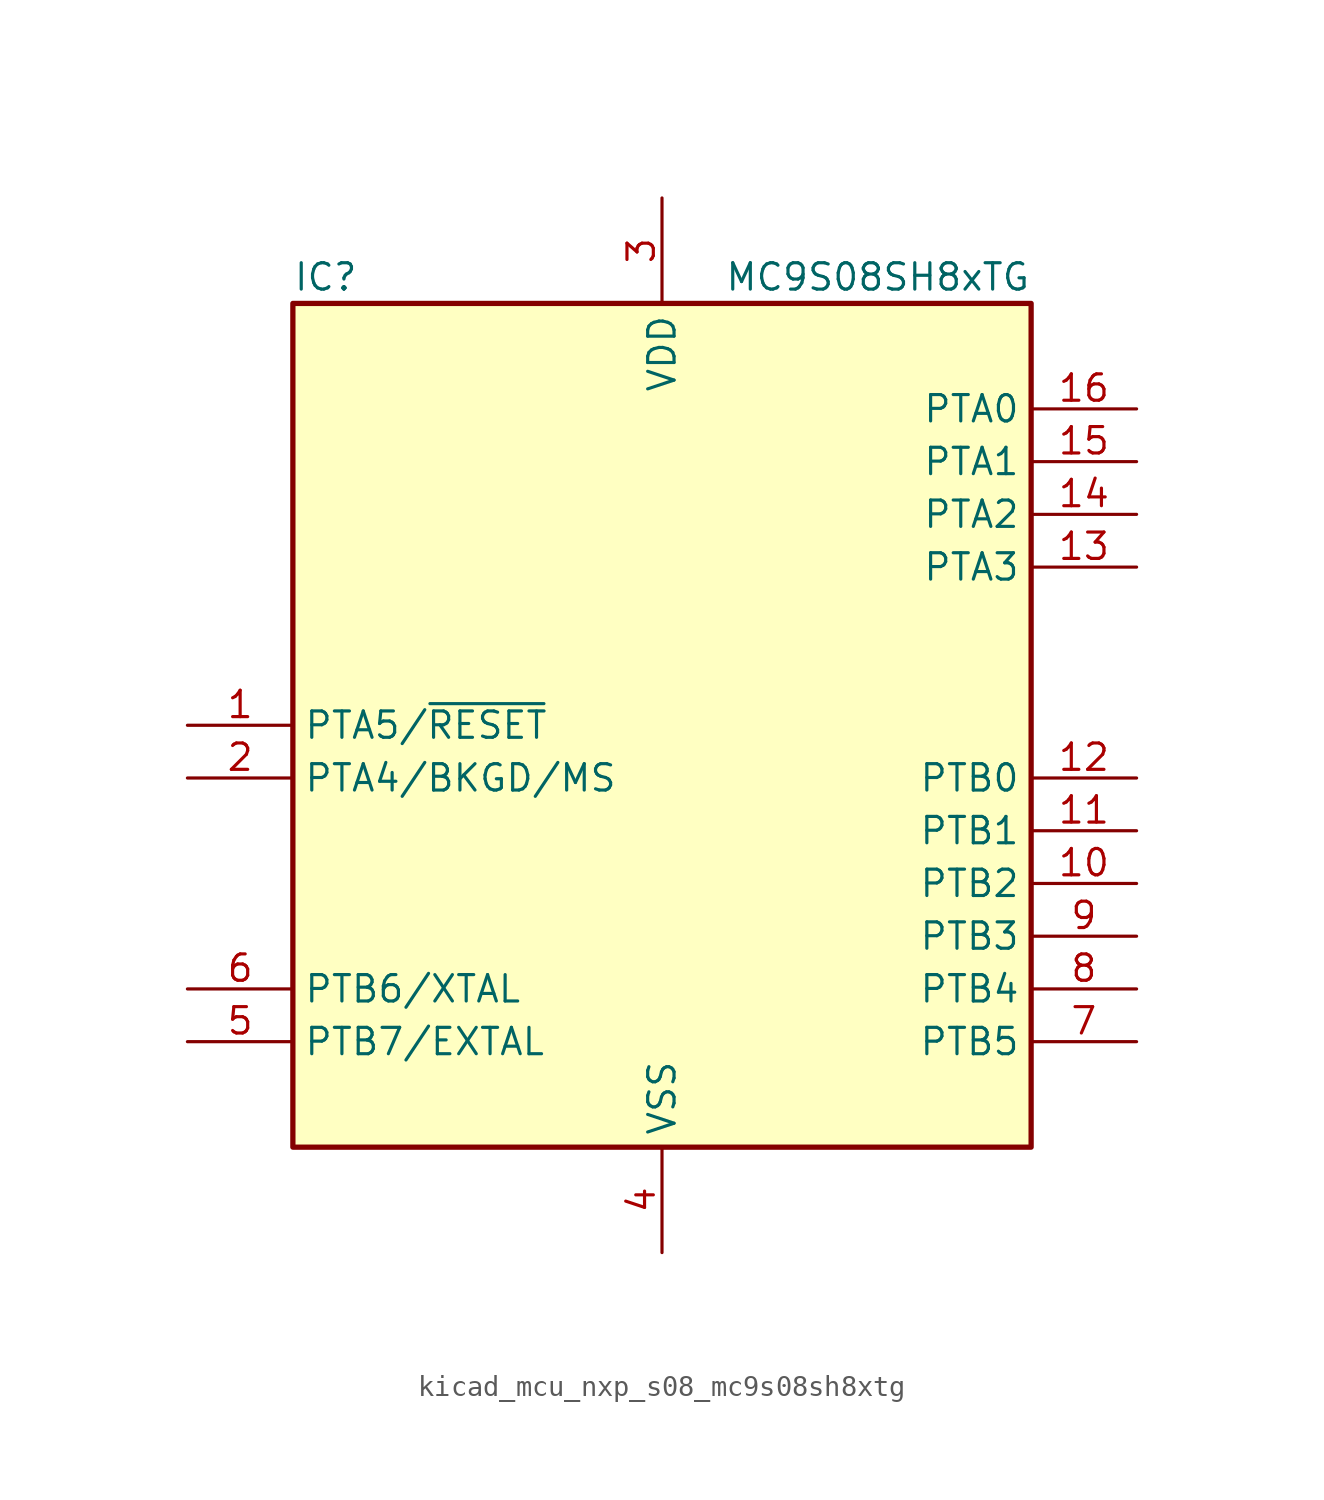
<source format=kicad_sym>
(kicad_symbol_lib
  (version 20220914)
  (generator kicad_symbol_editor)
  (symbol "kicad_mcu_nxp_s08_mc9s08sh8xtg"
    (property "Reference" "IC"
      (at -17.78 21.59 0)
      (effects (font (size 1.27 1.27)) (justify left)))
    (property "Value" "MC9S08SH8xTG"
      (at 17.78 21.59 0)
      (effects (font (size 1.27 1.27)) (justify right)))
    (symbol "kicad_mcu_nxp_s08_mc9s08sh8xtg_0_1"
      (rectangle (start -17.78 20.32) (end 17.78 -20.32) (stroke (width 0.254) (type default)) (fill (type background))))
    (symbol "kicad_mcu_nxp_s08_mc9s08sh8xtg_1_1"
      (pin bidirectional line (at -22.86 0 0) (length 5.08) (name "PTA5/~{RESET}" (effects (font (size 1.27 1.27)))) (number "1" (effects (font (size 1.27 1.27)))))
      (pin bidirectional line (at 22.86 -7.62 180) (length 5.08) (name "PTB2" (effects (font (size 1.27 1.27)))) (number "10" (effects (font (size 1.27 1.27)))))
      (pin bidirectional line (at 22.86 -5.08 180) (length 5.08) (name "PTB1" (effects (font (size 1.27 1.27)))) (number "11" (effects (font (size 1.27 1.27)))))
      (pin bidirectional line (at 22.86 -2.54 180) (length 5.08) (name "PTB0" (effects (font (size 1.27 1.27)))) (number "12" (effects (font (size 1.27 1.27)))))
      (pin bidirectional line (at 22.86 7.62 180) (length 5.08) (name "PTA3" (effects (font (size 1.27 1.27)))) (number "13" (effects (font (size 1.27 1.27)))))
      (pin bidirectional line (at 22.86 10.16 180) (length 5.08) (name "PTA2" (effects (font (size 1.27 1.27)))) (number "14" (effects (font (size 1.27 1.27)))))
      (pin bidirectional line (at 22.86 12.7 180) (length 5.08) (name "PTA1" (effects (font (size 1.27 1.27)))) (number "15" (effects (font (size 1.27 1.27)))))
      (pin bidirectional line (at 22.86 15.24 180) (length 5.08) (name "PTA0" (effects (font (size 1.27 1.27)))) (number "16" (effects (font (size 1.27 1.27)))))
      (pin bidirectional line (at -22.86 -2.54 0) (length 5.08) (name "PTA4/BKGD/MS" (effects (font (size 1.27 1.27)))) (number "2" (effects (font (size 1.27 1.27)))))
      (pin power_in line (at 0 25.4 270) (length 5.08) (name "VDD" (effects (font (size 1.27 1.27)))) (number "3" (effects (font (size 1.27 1.27)))))
      (pin power_in line (at 0 -25.4 90) (length 5.08) (name "VSS" (effects (font (size 1.27 1.27)))) (number "4" (effects (font (size 1.27 1.27)))))
      (pin bidirectional line (at -22.86 -15.24 0) (length 5.08) (name "PTB7/EXTAL" (effects (font (size 1.27 1.27)))) (number "5" (effects (font (size 1.27 1.27)))))
      (pin bidirectional line (at -22.86 -12.7 0) (length 5.08) (name "PTB6/XTAL" (effects (font (size 1.27 1.27)))) (number "6" (effects (font (size 1.27 1.27)))))
      (pin bidirectional line (at 22.86 -15.24 180) (length 5.08) (name "PTB5" (effects (font (size 1.27 1.27)))) (number "7" (effects (font (size 1.27 1.27)))))
      (pin bidirectional line (at 22.86 -12.7 180) (length 5.08) (name "PTB4" (effects (font (size 1.27 1.27)))) (number "8" (effects (font (size 1.27 1.27)))))
      (pin bidirectional line (at 22.86 -10.16 180) (length 5.08) (name "PTB3" (effects (font (size 1.27 1.27)))) (number "9" (effects (font (size 1.27 1.27))))))))
</source>
